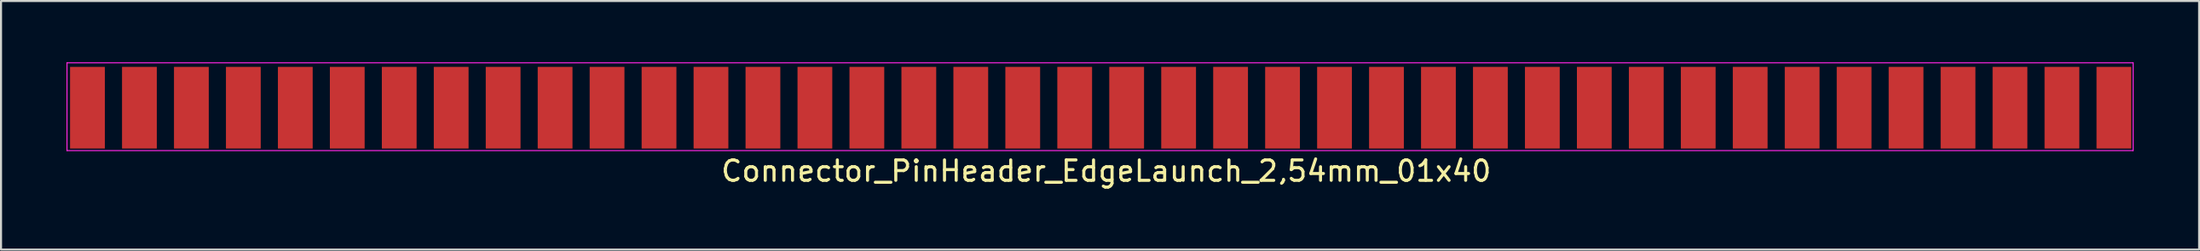
<source format=kicad_pcb>
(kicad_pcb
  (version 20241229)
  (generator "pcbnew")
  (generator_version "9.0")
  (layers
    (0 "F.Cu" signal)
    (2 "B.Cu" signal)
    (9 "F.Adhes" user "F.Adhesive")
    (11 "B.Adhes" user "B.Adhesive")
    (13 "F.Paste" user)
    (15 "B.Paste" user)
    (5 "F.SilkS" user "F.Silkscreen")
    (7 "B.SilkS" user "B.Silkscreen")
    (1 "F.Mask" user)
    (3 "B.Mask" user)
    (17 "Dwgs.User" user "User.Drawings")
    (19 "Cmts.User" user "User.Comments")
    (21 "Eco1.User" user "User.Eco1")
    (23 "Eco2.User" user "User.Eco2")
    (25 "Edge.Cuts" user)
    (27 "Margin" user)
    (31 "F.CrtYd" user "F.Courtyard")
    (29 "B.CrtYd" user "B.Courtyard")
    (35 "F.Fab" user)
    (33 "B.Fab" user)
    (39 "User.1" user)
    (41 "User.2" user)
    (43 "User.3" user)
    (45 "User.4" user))
  (footprint "Connector_PinHeader_EdgeLaunch_2,54mm_01x40"
    (layer "F.Cu")
    (at 1.225 2.225)
    (property "Reference" "Connector_PinHeader_EdgeLaunch_2,54mm_01x40" (at 49.8 3.1 0) (layer "F.SilkS") (effects (font (size 1 1) (thickness 0.15))))
    (attr through_hole)
    (fp_line (start -1.2 -2.2) (end 100.2 -2.2) (stroke (width 0.05) (type solid)) (layer "B.Adhes"))
    (fp_line (start -1 -2.2) (end -1 2.1) (stroke (width 0.05) (type solid)) (layer "F.CrtYd"))
    (fp_line (start -1 2.1) (end 100 2.1) (stroke (width 0.05) (type solid)) (layer "F.CrtYd"))
    (fp_line (start 100 -2.2) (end -1 -2.2) (stroke (width 0.05) (type solid)) (layer "F.CrtYd"))
    (fp_line (start 100 2.1) (end 100 -2.2) (stroke (width 0.05) (type solid)) (layer "F.CrtYd"))
    (pad "1" smd rect (at 0 0) (size 1.7 4) (layers "F.Cu" "F.Mask" "F.Paste"))
    (pad "2" smd rect (at 2.54 0) (size 1.7 4) (layers "F.Cu" "F.Mask" "F.Paste"))
    (pad "3" smd rect (at 5.08 0) (size 1.7 4) (layers "F.Cu" "F.Mask" "F.Paste"))
    (pad "4" smd rect (at 7.62 0) (size 1.7 4) (layers "F.Cu" "F.Mask" "F.Paste"))
    (pad "5" smd rect (at 10.16 0) (size 1.7 4) (layers "F.Cu" "F.Mask" "F.Paste"))
    (pad "6" smd rect (at 12.7 0) (size 1.7 4) (layers "F.Cu" "F.Mask" "F.Paste"))
    (pad "7" smd rect (at 15.24 0) (size 1.7 4) (layers "F.Cu" "F.Mask" "F.Paste"))
    (pad "8" smd rect (at 17.78 0) (size 1.7 4) (layers "F.Cu" "F.Mask" "F.Paste"))
    (pad "9" smd rect (at 20.32 0) (size 1.7 4) (layers "F.Cu" "F.Mask" "F.Paste"))
    (pad "10" smd rect (at 22.86 0) (size 1.7 4) (layers "F.Cu" "F.Mask" "F.Paste"))
    (pad "11" smd rect (at 25.4 0) (size 1.7 4) (layers "F.Cu" "F.Mask" "F.Paste"))
    (pad "12" smd rect (at 27.94 0) (size 1.7 4) (layers "F.Cu" "F.Mask" "F.Paste"))
    (pad "13" smd rect (at 30.48 0) (size 1.7 4) (layers "F.Cu" "F.Mask" "F.Paste"))
    (pad "14" smd rect (at 33.02 0) (size 1.7 4) (layers "F.Cu" "F.Mask" "F.Paste"))
    (pad "15" smd rect (at 35.56 0) (size 1.7 4) (layers "F.Cu" "F.Mask" "F.Paste"))
    (pad "16" smd rect (at 38.1 0) (size 1.7 4) (layers "F.Cu" "F.Mask" "F.Paste"))
    (pad "17" smd rect (at 40.64 0) (size 1.7 4) (layers "F.Cu" "F.Mask" "F.Paste"))
    (pad "18" smd rect (at 43.18 0) (size 1.7 4) (layers "F.Cu" "F.Mask" "F.Paste"))
    (pad "19" smd rect (at 45.72 0) (size 1.7 4) (layers "F.Cu" "F.Mask" "F.Paste"))
    (pad "20" smd rect (at 48.26 0) (size 1.7 4) (layers "F.Cu" "F.Mask" "F.Paste"))
    (pad "21" smd rect (at 50.8 0) (size 1.7 4) (layers "F.Cu" "F.Mask" "F.Paste"))
    (pad "22" smd rect (at 53.34 0) (size 1.7 4) (layers "F.Cu" "F.Mask" "F.Paste"))
    (pad "23" smd rect (at 55.88 0) (size 1.7 4) (layers "F.Cu" "F.Mask" "F.Paste"))
    (pad "24" smd rect (at 58.42 0) (size 1.7 4) (layers "F.Cu" "F.Mask" "F.Paste"))
    (pad "25" smd rect (at 60.96 0) (size 1.7 4) (layers "F.Cu" "F.Mask" "F.Paste"))
    (pad "26" smd rect (at 63.5 0) (size 1.7 4) (layers "F.Cu" "F.Mask" "F.Paste"))
    (pad "27" smd rect (at 66.04 0) (size 1.7 4) (layers "F.Cu" "F.Mask" "F.Paste"))
    (pad "28" smd rect (at 68.58 0) (size 1.7 4) (layers "F.Cu" "F.Mask" "F.Paste"))
    (pad "29" smd rect (at 71.12 0) (size 1.7 4) (layers "F.Cu" "F.Mask" "F.Paste"))
    (pad "30" smd rect (at 73.66 0) (size 1.7 4) (layers "F.Cu" "F.Mask" "F.Paste"))
    (pad "31" smd rect (at 76.2 0) (size 1.7 4) (layers "F.Cu" "F.Mask" "F.Paste"))
    (pad "32" smd rect (at 78.74 0) (size 1.7 4) (layers "F.Cu" "F.Mask" "F.Paste"))
    (pad "33" smd rect (at 81.28 0) (size 1.7 4) (layers "F.Cu" "F.Mask" "F.Paste"))
    (pad "34" smd rect (at 83.82 0) (size 1.7 4) (layers "F.Cu" "F.Mask" "F.Paste"))
    (pad "35" smd rect (at 86.36 0) (size 1.7 4) (layers "F.Cu" "F.Mask" "F.Paste"))
    (pad "36" smd rect (at 88.9 0) (size 1.7 4) (layers "F.Cu" "F.Mask" "F.Paste"))
    (pad "37" smd rect (at 91.44 0) (size 1.7 4) (layers "F.Cu" "F.Mask" "F.Paste"))
    (pad "38" smd rect (at 93.98 0) (size 1.7 4) (layers "F.Cu" "F.Mask" "F.Paste"))
    (pad "39" smd rect (at 96.52 0) (size 1.7 4) (layers "F.Cu" "F.Mask" "F.Paste"))
    (pad "40" smd rect (at 99.06 0) (size 1.7 4) (layers "F.Cu" "F.Mask" "F.Paste")))
  (gr_rect
    (start -3 -3)
    (end 104.45 9.173)
    (stroke (width 0.1) (type default))
    (fill no)
    (layer "Edge.Cuts")))
</source>
